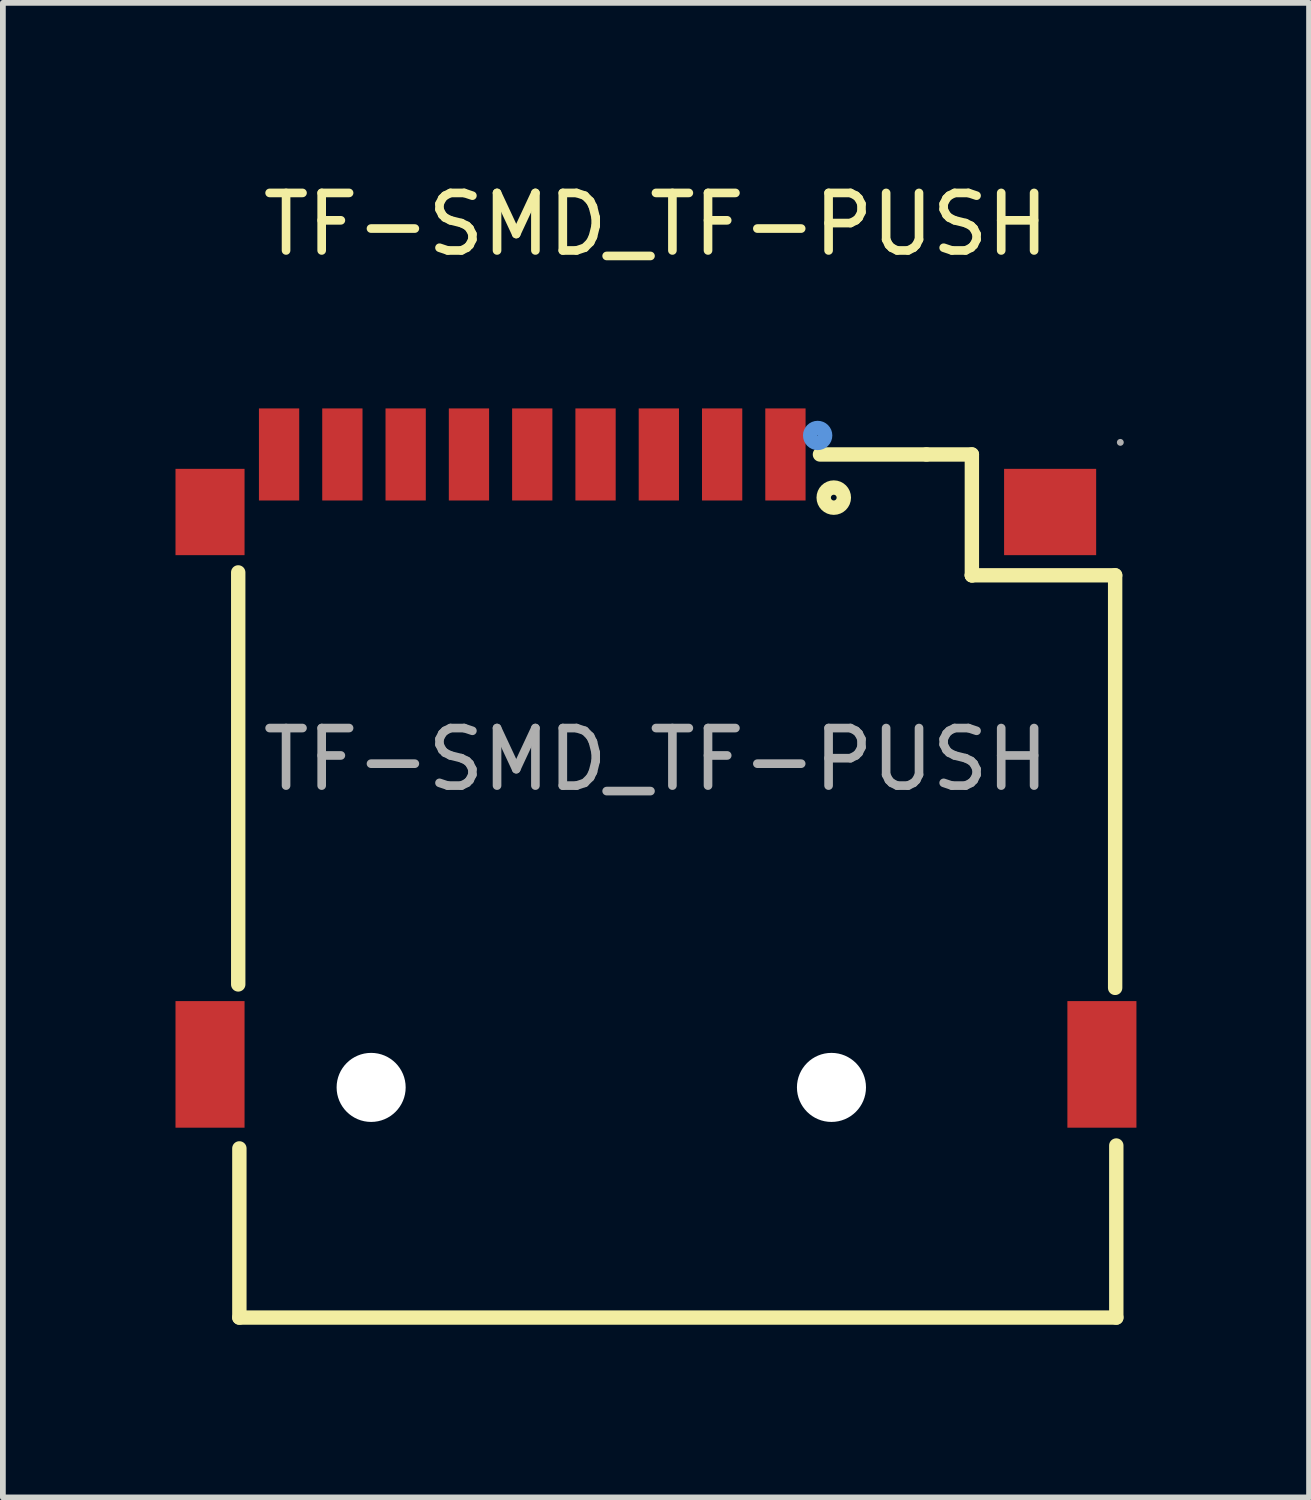
<source format=kicad_pcb>
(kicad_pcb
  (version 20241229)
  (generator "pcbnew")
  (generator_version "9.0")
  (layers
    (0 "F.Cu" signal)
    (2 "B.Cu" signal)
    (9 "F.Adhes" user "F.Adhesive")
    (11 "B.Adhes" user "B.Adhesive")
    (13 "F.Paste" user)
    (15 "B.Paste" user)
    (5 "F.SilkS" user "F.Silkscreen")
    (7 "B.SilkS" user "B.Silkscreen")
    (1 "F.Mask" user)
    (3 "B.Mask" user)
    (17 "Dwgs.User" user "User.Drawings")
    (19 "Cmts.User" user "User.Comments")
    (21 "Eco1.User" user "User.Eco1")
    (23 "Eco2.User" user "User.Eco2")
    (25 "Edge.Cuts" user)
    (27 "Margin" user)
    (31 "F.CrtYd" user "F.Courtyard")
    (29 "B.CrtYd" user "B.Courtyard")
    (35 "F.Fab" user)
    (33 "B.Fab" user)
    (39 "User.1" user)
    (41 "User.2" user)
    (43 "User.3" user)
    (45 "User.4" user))
  (footprint "TF-SMD_TF-PUSH"
    (layer "F.Cu")
    (at 8.35 10.148)
    (property "Reference" "TF-SMD_TF-PUSH" (at 0 -9.3 0) (layer "F.SilkS") (effects (font (size 1 1) (thickness 0.15))))
    (attr smd)
    (fp_line (start -7.26 -3.25) (end -7.26 3.91) (stroke (width 0.25) (type solid)) (layer "F.SilkS"))
    (fp_line (start -7.24 9.7) (end -7.24 6.76) (stroke (width 0.25) (type solid)) (layer "F.SilkS"))
    (fp_line (start -7.24 9.7) (end 8 9.7) (stroke (width 0.25) (type solid)) (layer "F.SilkS"))
    (fp_line (start 4.7 -5.3) (end 2.85 -5.3) (stroke (width 0.25) (type solid)) (layer "F.SilkS"))
    (fp_line (start 4.7 -5.3) (end 5.49 -5.3) (stroke (width 0.25) (type solid)) (layer "F.SilkS"))
    (fp_line (start 5.49 -5.3) (end 5.49 -3.2) (stroke (width 0.25) (type solid)) (layer "F.SilkS"))
    (fp_line (start 5.49 -3.2) (end 5.5 -3.2) (stroke (width 0.25) (type solid)) (layer "F.SilkS"))
    (fp_line (start 7.98 -3.2) (end 5.49 -3.2) (stroke (width 0.25) (type solid)) (layer "F.SilkS"))
    (fp_line (start 7.98 3.97) (end 7.98 -3.2) (stroke (width 0.25) (type solid)) (layer "F.SilkS"))
    (fp_line (start 8 9.7) (end 8 6.71) (stroke (width 0.25) (type solid)) (layer "F.SilkS"))
    (fp_circle (center 3.09 -4.55) (end 3.14 -4.55) (stroke (width 0.25) (type solid)) (fill no) (layer "F.SilkS"))
    (fp_circle (center -4.95 5.7) (end -4.75 5.7) (stroke (width 0.4) (type solid)) (fill no) (layer "Cmts.User"))
    (fp_circle (center 2.81 -5.63) (end 2.94 -5.63) (stroke (width 0.25) (type solid)) (fill no) (layer "Cmts.User"))
    (fp_circle (center 3.05 5.7) (end 3.25 5.7) (stroke (width 0.4) (type solid)) (fill no) (layer "Cmts.User"))
    (fp_circle (center 8.07 -5.51) (end 8.1 -5.51) (stroke (width 0.06) (type solid)) (fill no) (layer "F.Fab"))
    (fp_text user "${REFERENCE}" (at 0 0 0) (layer "F.Fab") (effects (font (size 1 1) (thickness 0.15))))
    (pad "" np_thru_hole circle (at -4.95 5.7) (size 1.2 1.2) (drill 1.2) (layers "*.Cu" "*.Mask"))
    (pad "" np_thru_hole circle (at 3.05 5.7) (size 1.2 1.2) (drill 1.2) (layers "*.Cu" "*.Mask"))
    (pad "1" smd rect (at 2.25 -5.3) (size 0.7 1.6) (layers "F.Cu" "F.Mask" "F.Paste"))
    (pad "2" smd rect (at 1.15 -5.3) (size 0.7 1.6) (layers "F.Cu" "F.Mask" "F.Paste"))
    (pad "3" smd rect (at 0.05 -5.3) (size 0.7 1.6) (layers "F.Cu" "F.Mask" "F.Paste"))
    (pad "4" smd rect (at -1.05 -5.3) (size 0.7 1.6) (layers "F.Cu" "F.Mask" "F.Paste"))
    (pad "5" smd rect (at -2.15 -5.3) (size 0.7 1.6) (layers "F.Cu" "F.Mask" "F.Paste"))
    (pad "6" smd rect (at -3.25 -5.3) (size 0.7 1.6) (layers "F.Cu" "F.Mask" "F.Paste"))
    (pad "7" smd rect (at -4.35 -5.3) (size 0.7 1.6) (layers "F.Cu" "F.Mask" "F.Paste"))
    (pad "8" smd rect (at -5.45 -5.3) (size 0.7 1.6) (layers "F.Cu" "F.Mask" "F.Paste"))
    (pad "9" smd rect (at -6.55 -5.3) (size 0.7 1.6) (layers "F.Cu" "F.Mask" "F.Paste"))
    (pad "10" smd rect (at -7.75 -4.3) (size 1.2 1.5) (layers "F.Cu" "F.Mask" "F.Paste"))
    (pad "11" smd rect (at -7.75 5.3) (size 1.2 2.2) (layers "F.Cu" "F.Mask" "F.Paste"))
    (pad "12" smd rect (at 7.75 5.3) (size 1.2 2.2) (layers "F.Cu" "F.Mask" "F.Paste"))
    (pad "13" smd rect (at 6.85 -4.3) (size 1.6 1.5) (layers "F.Cu" "F.Mask" "F.Paste")))
  (gr_rect
    (start -3 -3)
    (end 19.7 22.973)
    (stroke (width 0.1) (type default))
    (fill no)
    (layer "Edge.Cuts")))
</source>
